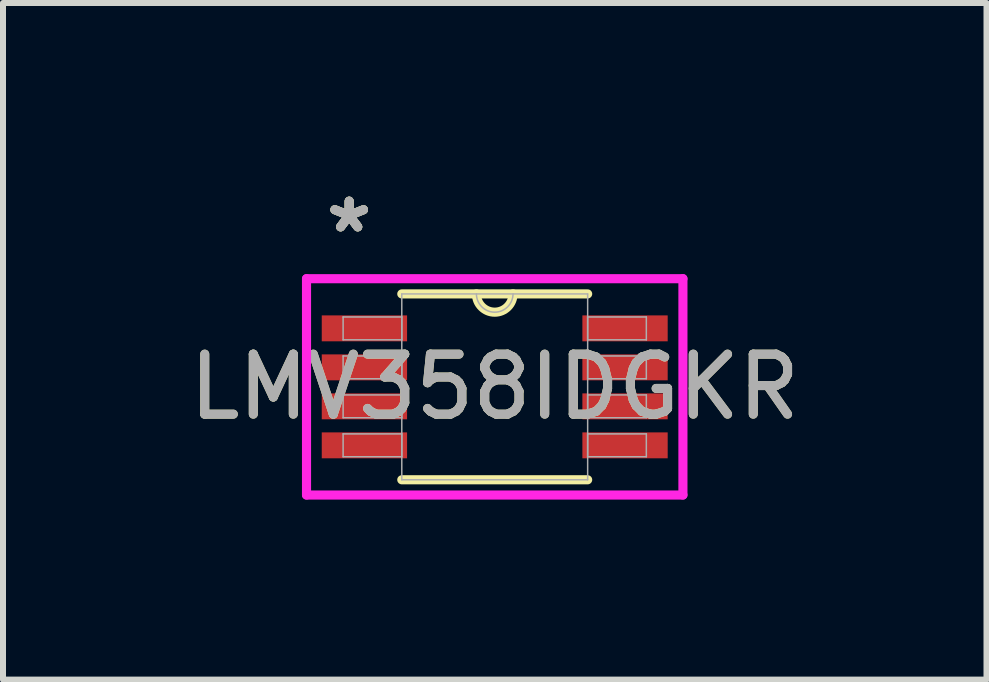
<source format=kicad_pcb>
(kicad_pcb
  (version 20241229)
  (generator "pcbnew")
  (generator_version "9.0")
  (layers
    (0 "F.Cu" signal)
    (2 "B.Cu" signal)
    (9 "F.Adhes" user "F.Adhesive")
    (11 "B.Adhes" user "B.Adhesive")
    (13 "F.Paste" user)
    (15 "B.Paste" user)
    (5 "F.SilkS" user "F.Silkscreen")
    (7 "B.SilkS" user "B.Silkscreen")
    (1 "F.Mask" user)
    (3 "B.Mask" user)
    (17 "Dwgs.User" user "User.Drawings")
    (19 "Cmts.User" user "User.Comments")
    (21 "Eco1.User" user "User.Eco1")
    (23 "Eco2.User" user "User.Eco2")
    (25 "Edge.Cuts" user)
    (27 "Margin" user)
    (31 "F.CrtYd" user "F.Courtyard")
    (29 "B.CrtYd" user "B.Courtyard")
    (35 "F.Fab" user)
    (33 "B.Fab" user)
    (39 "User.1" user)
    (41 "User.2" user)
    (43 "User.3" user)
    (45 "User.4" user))
  (footprint "LMV358IDGKR"
    (layer "F.Cu")
    (at 5.196 3.398)
    (property "Reference" "LMV358IDGKR" (at 0 0 0) (unlocked yes) (layer "F.SilkS") (effects (font (size 1 1) (thickness 0.15))))
    (attr smd)
    (fp_line (start -1.549 1.549) (end 1.549 1.549) (stroke (width 0.152) (type solid)) (layer "F.SilkS"))
    (fp_line (start 1.549 -1.549) (end -1.549 -1.549) (stroke (width 0.152) (type solid)) (layer "F.SilkS"))
    (fp_arc (start 0.3048 -1.5494) (mid 0 -1.2446) (end -0.3048 -1.5494) (stroke (width 0.1524) (type solid)) (layer "F.SilkS"))
    (fp_line (start -3.137 -1.803) (end 3.137 -1.803) (stroke (width 0.152) (type solid)) (layer "F.CrtYd"))
    (fp_line (start -3.137 1.803) (end -3.137 -1.803) (stroke (width 0.152) (type solid)) (layer "F.CrtYd"))
    (fp_line (start 3.137 -1.803) (end 3.137 1.803) (stroke (width 0.152) (type solid)) (layer "F.CrtYd"))
    (fp_line (start 3.137 1.803) (end -3.137 1.803) (stroke (width 0.152) (type solid)) (layer "F.CrtYd"))
    (fp_line (start -2.527 -1.165) (end -2.527 -0.784) (stroke (width 0.025) (type solid)) (layer "F.Fab"))
    (fp_line (start -2.527 -0.784) (end -1.549 -0.784) (stroke (width 0.025) (type solid)) (layer "F.Fab"))
    (fp_line (start -2.527 -0.515) (end -2.527 -0.135) (stroke (width 0.025) (type solid)) (layer "F.Fab"))
    (fp_line (start -2.527 -0.135) (end -1.549 -0.135) (stroke (width 0.025) (type solid)) (layer "F.Fab"))
    (fp_line (start -2.527 0.135) (end -2.527 0.515) (stroke (width 0.025) (type solid)) (layer "F.Fab"))
    (fp_line (start -2.527 0.515) (end -1.549 0.515) (stroke (width 0.025) (type solid)) (layer "F.Fab"))
    (fp_line (start -2.527 0.784) (end -2.527 1.165) (stroke (width 0.025) (type solid)) (layer "F.Fab"))
    (fp_line (start -2.527 1.165) (end -1.549 1.165) (stroke (width 0.025) (type solid)) (layer "F.Fab"))
    (fp_line (start -1.549 -1.549) (end -1.549 1.549) (stroke (width 0.025) (type solid)) (layer "F.Fab"))
    (fp_line (start -1.549 -1.165) (end -2.527 -1.165) (stroke (width 0.025) (type solid)) (layer "F.Fab"))
    (fp_line (start -1.549 -0.784) (end -1.549 -1.165) (stroke (width 0.025) (type solid)) (layer "F.Fab"))
    (fp_line (start -1.549 -0.515) (end -2.527 -0.515) (stroke (width 0.025) (type solid)) (layer "F.Fab"))
    (fp_line (start -1.549 -0.135) (end -1.549 -0.515) (stroke (width 0.025) (type solid)) (layer "F.Fab"))
    (fp_line (start -1.549 0.135) (end -2.527 0.135) (stroke (width 0.025) (type solid)) (layer "F.Fab"))
    (fp_line (start -1.549 0.515) (end -1.549 0.135) (stroke (width 0.025) (type solid)) (layer "F.Fab"))
    (fp_line (start -1.549 0.784) (end -2.527 0.784) (stroke (width 0.025) (type solid)) (layer "F.Fab"))
    (fp_line (start -1.549 1.165) (end -1.549 0.784) (stroke (width 0.025) (type solid)) (layer "F.Fab"))
    (fp_line (start -1.549 1.549) (end 1.549 1.549) (stroke (width 0.025) (type solid)) (layer "F.Fab"))
    (fp_line (start 1.549 -1.549) (end -1.549 -1.549) (stroke (width 0.025) (type solid)) (layer "F.Fab"))
    (fp_line (start 1.549 -1.165) (end 1.549 -0.784) (stroke (width 0.025) (type solid)) (layer "F.Fab"))
    (fp_line (start 1.549 -0.784) (end 2.527 -0.784) (stroke (width 0.025) (type solid)) (layer "F.Fab"))
    (fp_line (start 1.549 -0.515) (end 1.549 -0.135) (stroke (width 0.025) (type solid)) (layer "F.Fab"))
    (fp_line (start 1.549 -0.135) (end 2.527 -0.135) (stroke (width 0.025) (type solid)) (layer "F.Fab"))
    (fp_line (start 1.549 0.135) (end 1.549 0.515) (stroke (width 0.025) (type solid)) (layer "F.Fab"))
    (fp_line (start 1.549 0.515) (end 2.527 0.515) (stroke (width 0.025) (type solid)) (layer "F.Fab"))
    (fp_line (start 1.549 0.784) (end 1.549 1.165) (stroke (width 0.025) (type solid)) (layer "F.Fab"))
    (fp_line (start 1.549 1.165) (end 2.527 1.165) (stroke (width 0.025) (type solid)) (layer "F.Fab"))
    (fp_line (start 1.549 1.549) (end 1.549 -1.549) (stroke (width 0.025) (type solid)) (layer "F.Fab"))
    (fp_line (start 2.527 -1.165) (end 1.549 -1.165) (stroke (width 0.025) (type solid)) (layer "F.Fab"))
    (fp_line (start 2.527 -0.784) (end 2.527 -1.165) (stroke (width 0.025) (type solid)) (layer "F.Fab"))
    (fp_line (start 2.527 -0.515) (end 1.549 -0.515) (stroke (width 0.025) (type solid)) (layer "F.Fab"))
    (fp_line (start 2.527 -0.135) (end 2.527 -0.515) (stroke (width 0.025) (type solid)) (layer "F.Fab"))
    (fp_line (start 2.527 0.135) (end 1.549 0.135) (stroke (width 0.025) (type solid)) (layer "F.Fab"))
    (fp_line (start 2.527 0.515) (end 2.527 0.135) (stroke (width 0.025) (type solid)) (layer "F.Fab"))
    (fp_line (start 2.527 0.784) (end 1.549 0.784) (stroke (width 0.025) (type solid)) (layer "F.Fab"))
    (fp_line (start 2.527 1.165) (end 2.527 0.784) (stroke (width 0.025) (type solid)) (layer "F.Fab"))
    (fp_arc (start 0.3048 -1.5494) (mid 0 -1.2446) (end -0.3048 -1.5494) (stroke (width 0.0254) (type solid)) (layer "F.Fab"))
    (fp_text user "*" (at -2.426 -2.55 0) (unlocked yes) (layer "F.SilkS") (effects (font (size 1 1) (thickness 0.15))))
    (fp_text user "*" (at -2.426 -2.55 0) (layer "F.SilkS") (effects (font (size 1 1) (thickness 0.15))))
    (fp_text user "*" (at -2.426 -2.55 0) (layer "F.Fab") (effects (font (size 1 1) (thickness 0.15))))
    (fp_text user "*" (at -2.426 -2.55 0) (unlocked yes) (layer "F.Fab") (effects (font (size 1 1) (thickness 0.15))))
    (fp_text user "${REFERENCE}" (at 0 0 0) (unlocked yes) (layer "F.Fab") (effects (font (size 1 1) (thickness 0.15))))
    (pad "1" smd rect (at -2.172 -0.975) (size 1.422 0.432) (layers "F.Cu" "F.Mask" "F.Paste"))
    (pad "2" smd rect (at -2.172 -0.325) (size 1.422 0.432) (layers "F.Cu" "F.Mask" "F.Paste"))
    (pad "3" smd rect (at -2.172 0.325) (size 1.422 0.432) (layers "F.Cu" "F.Mask" "F.Paste"))
    (pad "4" smd rect (at -2.172 0.975) (size 1.422 0.432) (layers "F.Cu" "F.Mask" "F.Paste"))
    (pad "5" smd rect (at 2.172 0.975) (size 1.422 0.432) (layers "F.Cu" "F.Mask" "F.Paste"))
    (pad "6" smd rect (at 2.172 0.325) (size 1.422 0.432) (layers "F.Cu" "F.Mask" "F.Paste"))
    (pad "7" smd rect (at 2.172 -0.325) (size 1.422 0.432) (layers "F.Cu" "F.Mask" "F.Paste"))
    (pad "8" smd rect (at 2.172 -0.975) (size 1.422 0.432) (layers "F.Cu" "F.Mask" "F.Paste")))
  (gr_rect
    (start -3 -3)
    (end 13.393 8.278)
    (stroke (width 0.1) (type default))
    (fill no)
    (layer "Edge.Cuts")))
</source>
